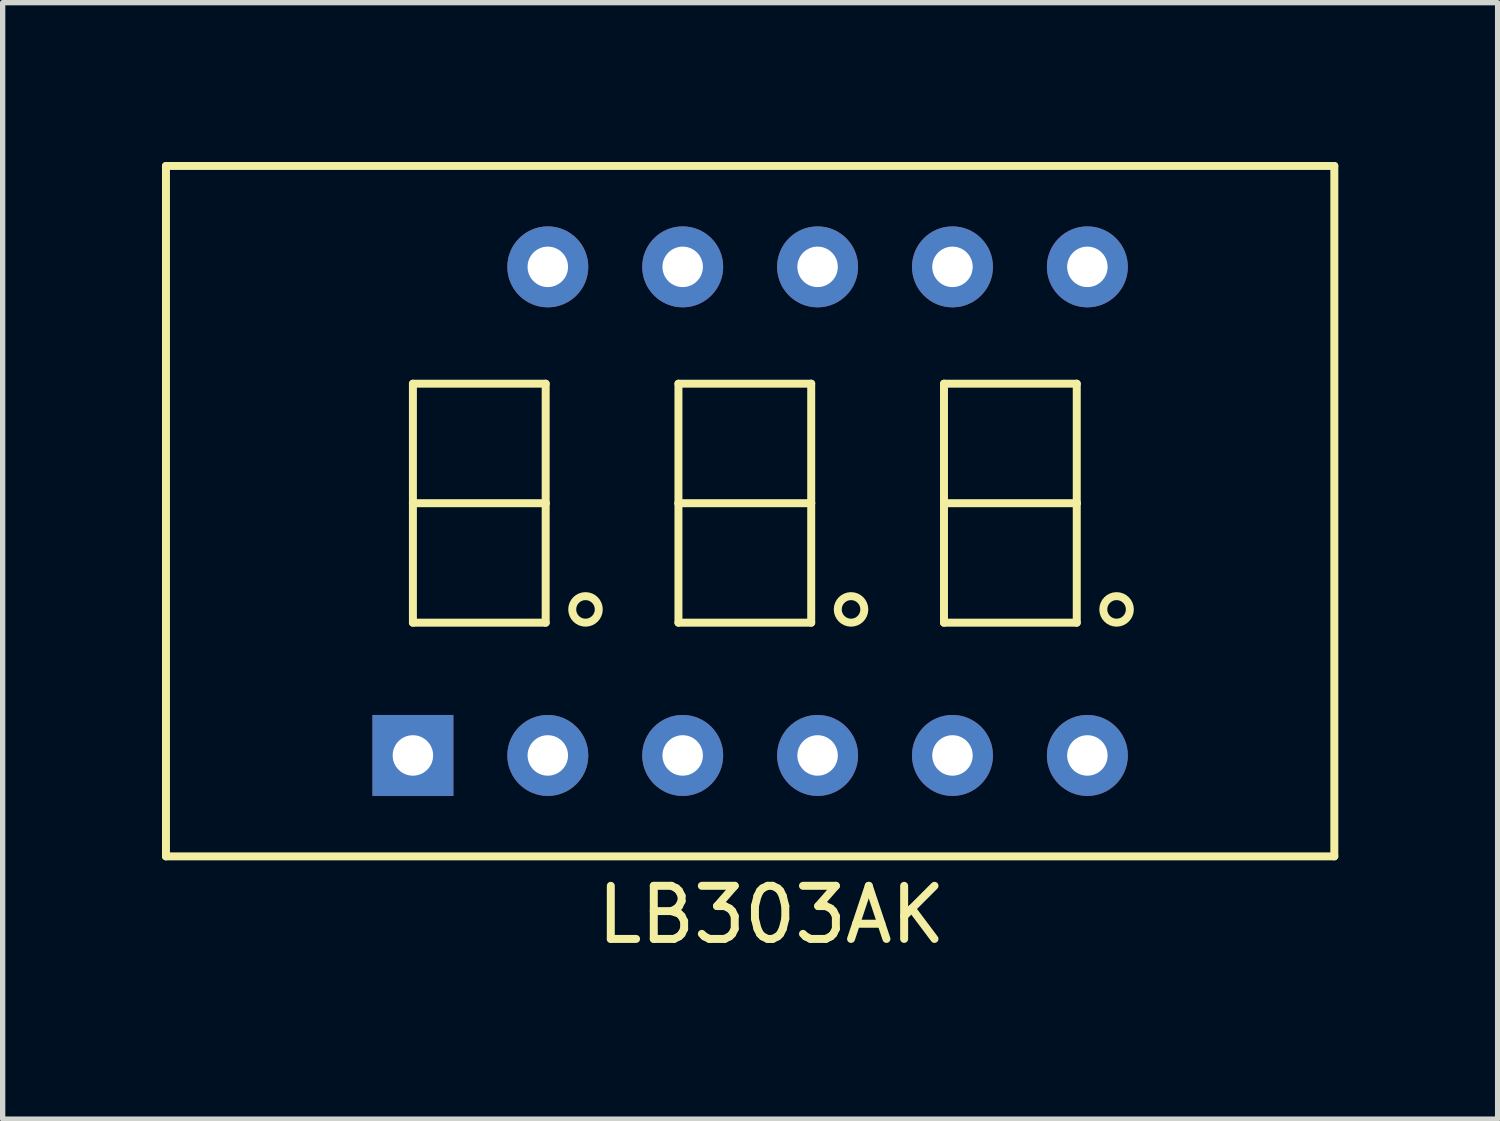
<source format=kicad_pcb>
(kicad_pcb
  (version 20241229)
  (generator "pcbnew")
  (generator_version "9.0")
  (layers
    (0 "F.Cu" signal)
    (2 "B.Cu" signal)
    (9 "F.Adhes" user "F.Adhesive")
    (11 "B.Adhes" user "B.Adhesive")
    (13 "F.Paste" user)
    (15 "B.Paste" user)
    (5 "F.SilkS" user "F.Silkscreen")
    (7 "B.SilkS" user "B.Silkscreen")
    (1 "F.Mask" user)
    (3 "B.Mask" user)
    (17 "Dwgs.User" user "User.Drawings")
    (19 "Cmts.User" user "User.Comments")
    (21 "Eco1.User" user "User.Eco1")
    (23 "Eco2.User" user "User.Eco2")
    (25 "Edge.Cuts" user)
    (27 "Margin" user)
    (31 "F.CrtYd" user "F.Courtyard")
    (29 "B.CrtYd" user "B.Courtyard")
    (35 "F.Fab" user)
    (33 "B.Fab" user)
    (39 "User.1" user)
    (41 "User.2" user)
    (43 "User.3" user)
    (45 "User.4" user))
  (footprint "LB303AK"
    (layer "F.Cu")
    (at 10.975 6.425)
    (property "Reference" "LB303AK" (at 0.5 7.75 0) (layer "F.SilkS") (effects (font (size 1 1) (thickness 0.15))))
    (attr through_hole)
    (fp_line (start -10.9 -6.35) (end 11.1 -6.35) (stroke (width 0.15) (type solid)) (layer "F.SilkS"))
    (fp_line (start -10.9 6.65) (end -10.9 -6.35) (stroke (width 0.15) (type solid)) (layer "F.SilkS"))
    (fp_line (start -10.9 6.65) (end 11.1 6.65) (stroke (width 0.15) (type solid)) (layer "F.SilkS"))
    (fp_line (start -6.25 -2.25) (end -3.75 -2.25) (stroke (width 0.15) (type solid)) (layer "F.SilkS"))
    (fp_line (start -6.25 0) (end -6.25 -2.25) (stroke (width 0.15) (type solid)) (layer "F.SilkS"))
    (fp_line (start -6.25 2.25) (end -6.25 0) (stroke (width 0.15) (type solid)) (layer "F.SilkS"))
    (fp_line (start -3.75 -2.25) (end -3.75 0) (stroke (width 0.15) (type solid)) (layer "F.SilkS"))
    (fp_line (start -3.75 0) (end -6.25 0) (stroke (width 0.15) (type solid)) (layer "F.SilkS"))
    (fp_line (start -3.75 0) (end -3.75 2.25) (stroke (width 0.15) (type solid)) (layer "F.SilkS"))
    (fp_line (start -3.75 2.25) (end -6.25 2.25) (stroke (width 0.15) (type solid)) (layer "F.SilkS"))
    (fp_line (start -1.25 -2.25) (end 1.25 -2.25) (stroke (width 0.15) (type solid)) (layer "F.SilkS"))
    (fp_line (start -1.25 0) (end -1.25 -2.25) (stroke (width 0.15) (type solid)) (layer "F.SilkS"))
    (fp_line (start -1.25 2.25) (end -1.25 0) (stroke (width 0.15) (type solid)) (layer "F.SilkS"))
    (fp_line (start 1.25 -2.25) (end 1.25 0) (stroke (width 0.15) (type solid)) (layer "F.SilkS"))
    (fp_line (start 1.25 0) (end -1.25 0) (stroke (width 0.15) (type solid)) (layer "F.SilkS"))
    (fp_line (start 1.25 0) (end 1.25 2.25) (stroke (width 0.15) (type solid)) (layer "F.SilkS"))
    (fp_line (start 1.25 2.25) (end -1.25 2.25) (stroke (width 0.15) (type solid)) (layer "F.SilkS"))
    (fp_line (start 3.75 -2.25) (end 6.25 -2.25) (stroke (width 0.15) (type solid)) (layer "F.SilkS"))
    (fp_line (start 3.75 0) (end 3.75 -2.25) (stroke (width 0.15) (type solid)) (layer "F.SilkS"))
    (fp_line (start 3.75 2.25) (end 3.75 0) (stroke (width 0.15) (type solid)) (layer "F.SilkS"))
    (fp_line (start 6.25 -2.25) (end 6.25 0) (stroke (width 0.15) (type solid)) (layer "F.SilkS"))
    (fp_line (start 6.25 0) (end 3.75 0) (stroke (width 0.15) (type solid)) (layer "F.SilkS"))
    (fp_line (start 6.25 0) (end 6.25 2.25) (stroke (width 0.15) (type solid)) (layer "F.SilkS"))
    (fp_line (start 6.25 2.25) (end 3.75 2.25) (stroke (width 0.15) (type solid)) (layer "F.SilkS"))
    (fp_line (start 11.1 6.65) (end 11.1 -6.35) (stroke (width 0.15) (type solid)) (layer "F.SilkS"))
    (fp_circle (center -3 2) (end -3 2.25) (stroke (width 0.15) (type solid)) (fill no) (layer "F.SilkS"))
    (fp_circle (center 2 2) (end 2 2.25) (stroke (width 0.15) (type solid)) (fill no) (layer "F.SilkS"))
    (fp_circle (center 7 2) (end 7 2.25) (stroke (width 0.15) (type solid)) (fill no) (layer "F.SilkS"))
    (pad "1" thru_hole rect (at -6.25 4.75) (size 1.524 1.524) (drill 0.762) (layers "*.Cu" "*.Mask"))
    (pad "2" thru_hole circle (at -3.71 4.75) (size 1.524 1.524) (drill 0.762) (layers "*.Cu" "*.Mask"))
    (pad "3" thru_hole circle (at -1.17 4.75) (size 1.524 1.524) (drill 0.762) (layers "*.Cu" "*.Mask"))
    (pad "4" thru_hole circle (at 1.37 4.75) (size 1.524 1.524) (drill 0.762) (layers "*.Cu" "*.Mask"))
    (pad "5" thru_hole circle (at 3.91 4.75) (size 1.524 1.524) (drill 0.762) (layers "*.Cu" "*.Mask"))
    (pad "6" thru_hole circle (at 6.45 4.75) (size 1.524 1.524) (drill 0.762) (layers "*.Cu" "*.Mask"))
    (pad "7" thru_hole circle (at 6.45 -4.45) (size 1.524 1.524) (drill 0.762) (layers "*.Cu" "*.Mask"))
    (pad "8" thru_hole circle (at 3.91 -4.45) (size 1.524 1.524) (drill 0.762) (layers "*.Cu" "*.Mask"))
    (pad "9" thru_hole circle (at 1.37 -4.45) (size 1.524 1.524) (drill 0.762) (layers "*.Cu" "*.Mask"))
    (pad "10" thru_hole circle (at -1.17 -4.45) (size 1.524 1.524) (drill 0.762) (layers "*.Cu" "*.Mask"))
    (pad "11" thru_hole circle (at -3.71 -4.45) (size 1.524 1.524) (drill 0.762) (layers "*.Cu" "*.Mask")))
  (gr_rect
    (start -3 -3)
    (end 25.15 18.023)
    (stroke (width 0.1) (type default))
    (fill no)
    (layer "Edge.Cuts")))
</source>
